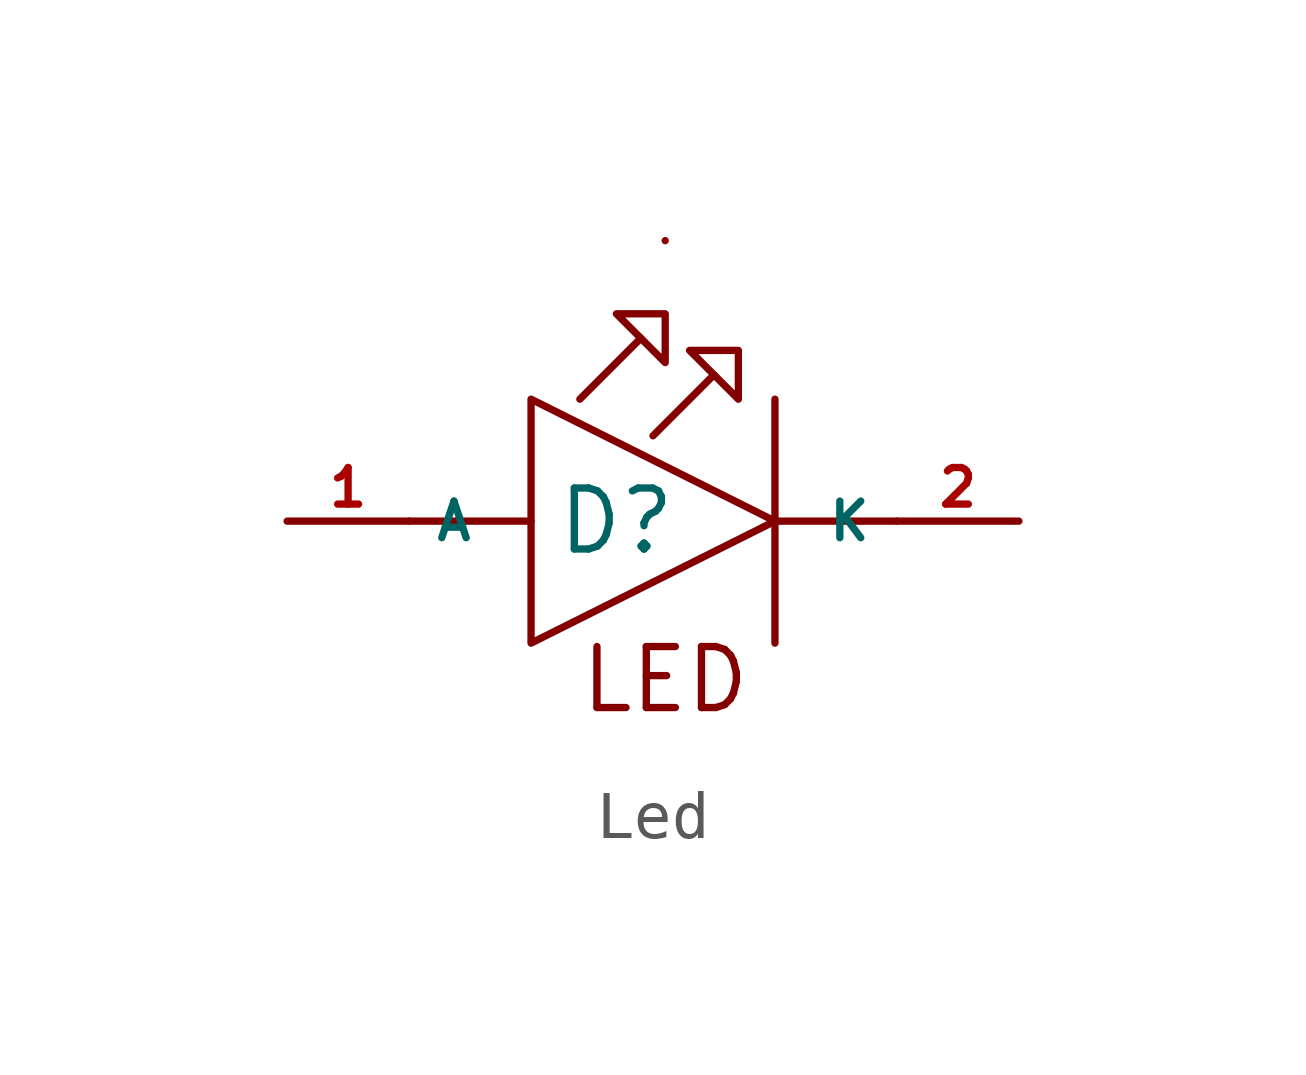
<source format=kicad_sym>
(kicad_symbol_lib
  (version 20231120)
  (generator "kicad_symbol_editor")
  (generator_version "8.0")
  (symbol "Led"
    (property "Reference" "D"
      (at -0.762 0 0)
      (effects (font (size 1.27 1.27))))
    (property "Value" ""
      (at 0 0 0)
      (effects (font (size 1.27 1.27))))
    (symbol "Led_0_1"
      (polyline (pts (xy 0.254 5.842) (xy 0.254 5.842)) (stroke (width 0) (type default)) (fill (type none)))
      (polyline (pts (xy 2.54 2.54) (xy 2.54 -2.54)) (stroke (width 0) (type default)) (fill (type none)))
      (polyline (pts (xy -2.54 2.54) (xy -2.54 -2.54) (xy 2.54 0) (xy -2.54 2.54)) (stroke (width 0) (type default)) (fill (type none))))
    (symbol "Led_1_1"
      (polyline (pts (xy -2.54 0) (xy -5.08 0)) (stroke (width 0) (type default)) (fill (type none)))
      (polyline (pts (xy -1.524 2.54) (xy -0.254 3.81)) (stroke (width 0) (type default)) (fill (type none)))
      (polyline (pts (xy 0 1.778) (xy 1.27 3.048)) (stroke (width 0) (type default)) (fill (type none)))
      (polyline (pts (xy 2.54 0) (xy 5.08 0)) (stroke (width 0) (type default)) (fill (type none)))
      (polyline (pts (xy -0.254 3.81) (xy -0.762 4.318) (xy 0.254 4.318) (xy 0.254 3.302) (xy -0.254 3.81)) (stroke (width 0) (type default)) (fill (type none)))
      (polyline (pts (xy 1.27 3.048) (xy 0.762 3.556) (xy 1.778 3.556) (xy 1.778 2.54) (xy 1.27 3.048)) (stroke (width 0) (type default)) (fill (type none)))
      (text "LED" (at 0.254 -3.302 0) (effects (font (size 1.27 1.27))))
      (pin passive line (at -7.62 0 0) (length 2.54) (name "A" (effects (font (size 0.762 0.762)))) (number "1" (effects (font (size 0.762 0.762)))))
      (pin passive line (at 7.62 0 180) (length 2.54) (name "K" (effects (font (size 0.762 0.762)))) (number "2" (effects (font (size 0.762 0.762))))))))
</source>
